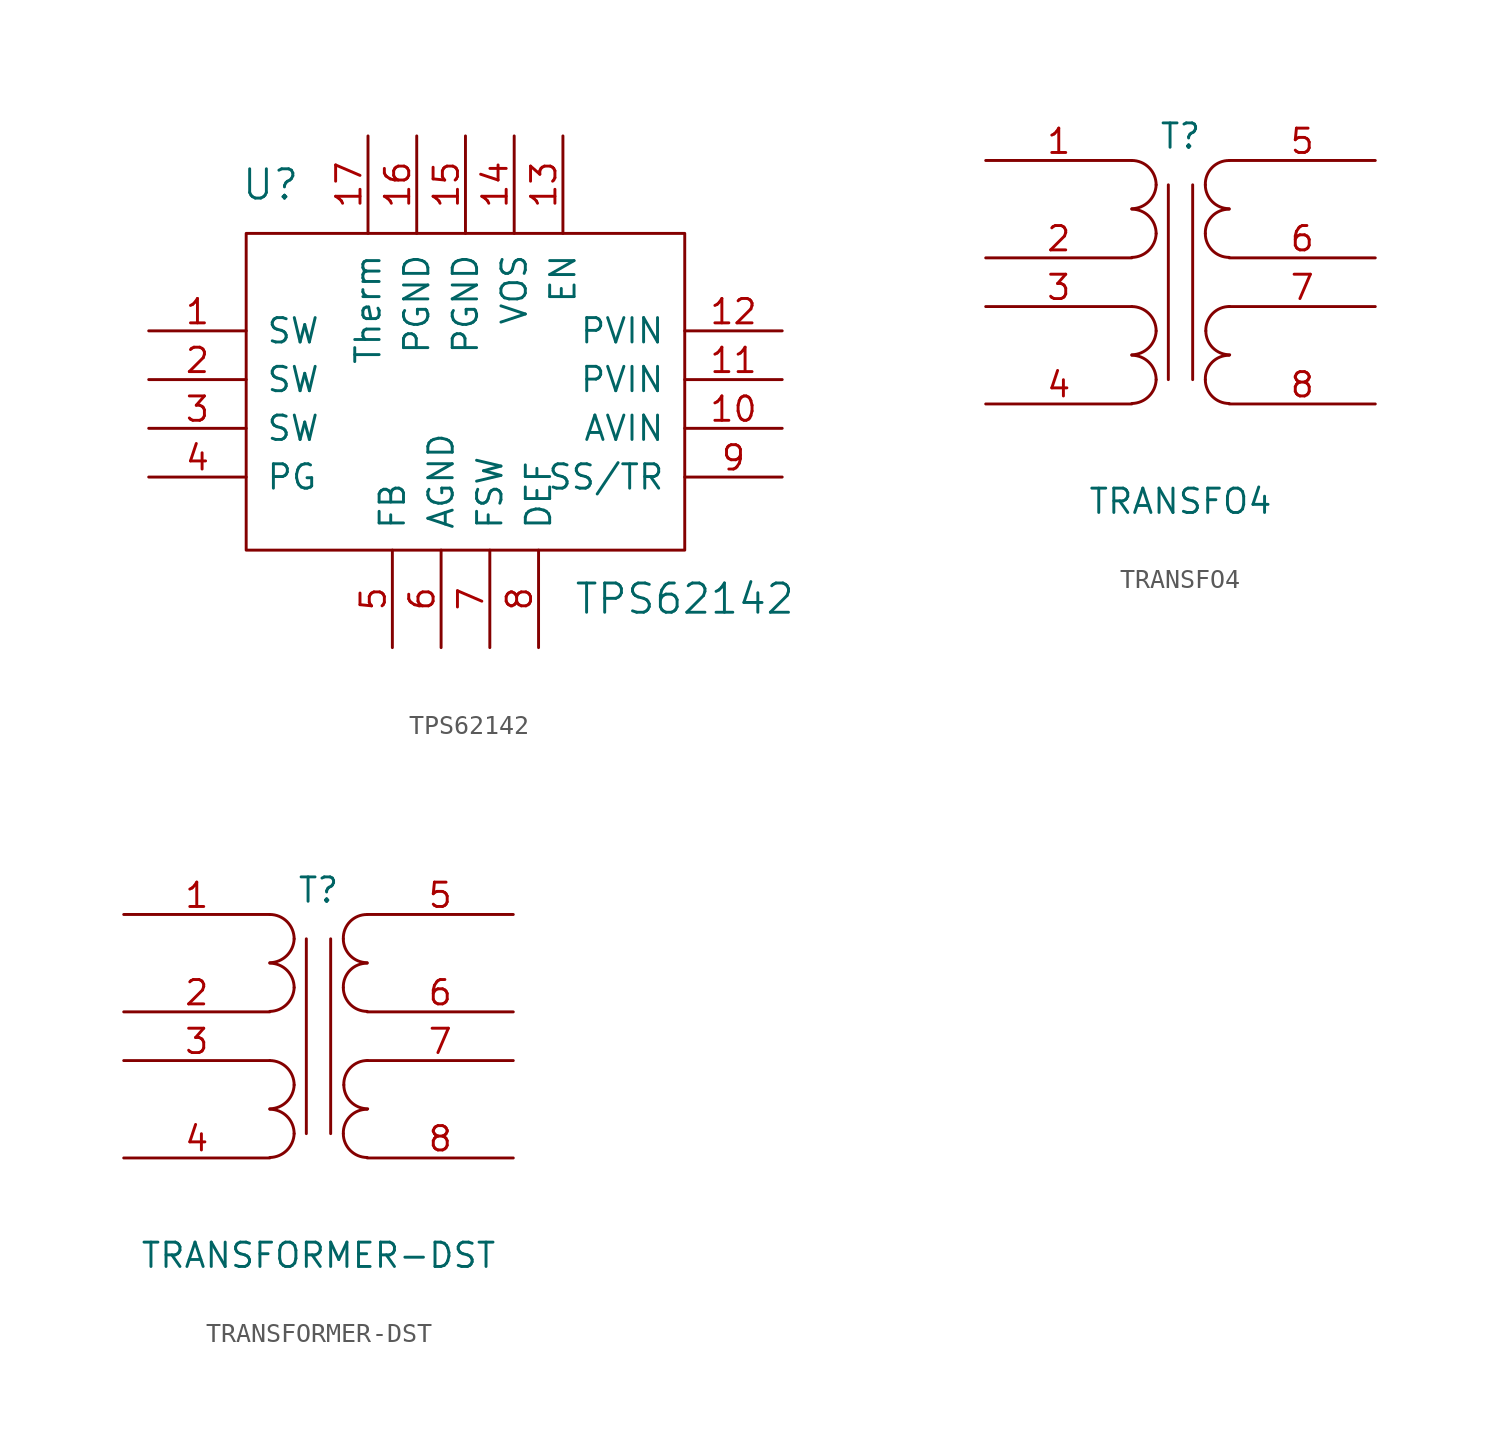
<source format=kicad_sym>
(kicad_symbol_lib
  (version 20211014)
  (generator kicad_symbol_editor)
  (symbol "TPS62142"
    (pin_names
      (offset 1.016))
    (property "Reference" "U"
      (at -10.16 19.05 0)
      (effects (font (size 1.524 1.524))))
    (property "Value" "TPS62142"
      (at 11.43 -2.54 0)
      (effects (font (size 1.524 1.524))))
    (symbol "TPS62142_0_1"
      (rectangle (start -11.43 16.51) (end 11.43 0) (stroke (width 0) (type default) (color 0 0 0 0)) (fill (type none))))
    (symbol "TPS62142_1_1"
      (pin output line (at -16.51 11.43 0) (length 5.08) (name "SW" (effects (font (size 1.27 1.27)))) (number "1" (effects (font (size 1.27 1.27)))))
      (pin output line (at 16.51 6.35 180) (length 5.08) (name "AVIN" (effects (font (size 1.27 1.27)))) (number "10" (effects (font (size 1.27 1.27)))))
      (pin output line (at 16.51 8.89 180) (length 5.08) (name "PVIN" (effects (font (size 1.27 1.27)))) (number "11" (effects (font (size 1.27 1.27)))))
      (pin output line (at 16.51 11.43 180) (length 5.08) (name "PVIN" (effects (font (size 1.27 1.27)))) (number "12" (effects (font (size 1.27 1.27)))))
      (pin output line (at 5.08 21.59 270) (length 5.08) (name "EN" (effects (font (size 1.27 1.27)))) (number "13" (effects (font (size 1.27 1.27)))))
      (pin output line (at 2.54 21.59 270) (length 5.08) (name "VOS" (effects (font (size 1.27 1.27)))) (number "14" (effects (font (size 1.27 1.27)))))
      (pin output line (at 0 21.59 270) (length 5.08) (name "PGND" (effects (font (size 1.27 1.27)))) (number "15" (effects (font (size 1.27 1.27)))))
      (pin output line (at -2.54 21.59 270) (length 5.08) (name "PGND" (effects (font (size 1.27 1.27)))) (number "16" (effects (font (size 1.27 1.27)))))
      (pin output line (at -5.08 21.59 270) (length 5.08) (name "Therm" (effects (font (size 1.27 1.27)))) (number "17" (effects (font (size 1.27 1.27)))))
      (pin output line (at -16.51 8.89 0) (length 5.08) (name "SW" (effects (font (size 1.27 1.27)))) (number "2" (effects (font (size 1.27 1.27)))))
      (pin output line (at -16.51 6.35 0) (length 5.08) (name "SW" (effects (font (size 1.27 1.27)))) (number "3" (effects (font (size 1.27 1.27)))))
      (pin output line (at -16.51 3.81 0) (length 5.08) (name "PG" (effects (font (size 1.27 1.27)))) (number "4" (effects (font (size 1.27 1.27)))))
      (pin output line (at -3.81 -5.08 90) (length 5.08) (name "FB" (effects (font (size 1.27 1.27)))) (number "5" (effects (font (size 1.27 1.27)))))
      (pin output line (at -1.27 -5.08 90) (length 5.08) (name "AGND" (effects (font (size 1.27 1.27)))) (number "6" (effects (font (size 1.27 1.27)))))
      (pin output line (at 1.27 -5.08 90) (length 5.08) (name "FSW" (effects (font (size 1.27 1.27)))) (number "7" (effects (font (size 1.27 1.27)))))
      (pin output line (at 3.81 -5.08 90) (length 5.08) (name "DEF" (effects (font (size 1.27 1.27)))) (number "8" (effects (font (size 1.27 1.27)))))
      (pin output line (at 16.51 3.81 180) (length 5.08) (name "SS/TR" (effects (font (size 1.27 1.27)))) (number "9" (effects (font (size 1.27 1.27)))))))
  (symbol "TRANSFO4"
    (pin_names
      (offset 1.016) hide)
    (property "Reference" "T"
      (at 0 6.35 0)
      (effects (font (size 1.27 1.27))))
    (property "Value" "TRANSFO4"
      (at 0 -12.7 0)
      (effects (font (size 1.27 1.27))))
    (property "Footprint" ""
      (at 0 0 0)
      (effects (font (size 1.27 1.27))))
    (property "Datasheet" ""
      (at 0 0 0)
      (effects (font (size 1.27 1.27))))
    (symbol "TRANSFO4_0_1"
      (arc (start -2.54 -7.5946) (mid -1.6599 -7.2301) (end -1.27 -6.35) (stroke (width 0) (type default) (color 0 0 0 0)) (fill (type none)))
      (arc (start -2.54 -5.0546) (mid -1.6599 -4.6901) (end -1.27 -3.81) (stroke (width 0) (type default) (color 0 0 0 0)) (fill (type none)))
      (arc (start -2.54 0.0254) (mid -1.6599 0.3899) (end -1.27 1.27) (stroke (width 0) (type default) (color 0 0 0 0)) (fill (type none)))
      (arc (start -2.54 2.5654) (mid -1.6599 2.9299) (end -1.27 3.81) (stroke (width 0) (type default) (color 0 0 0 0)) (fill (type none)))
      (arc (start -1.27 -6.35) (mid -1.642 -5.452) (end -2.54 -5.08) (stroke (width 0) (type default) (color 0 0 0 0)) (fill (type none)))
      (arc (start -1.27 -3.81) (mid -1.642 -2.912) (end -2.54 -2.54) (stroke (width 0) (type default) (color 0 0 0 0)) (fill (type none)))
      (arc (start -1.27 1.27) (mid -1.642 2.168) (end -2.54 2.54) (stroke (width 0) (type default) (color 0 0 0 0)) (fill (type none)))
      (arc (start -1.27 3.81) (mid -1.642 4.708) (end -2.54 5.08) (stroke (width 0) (type default) (color 0 0 0 0)) (fill (type none)))
      (polyline (pts (xy -0.635 3.81) (xy -0.635 -6.35)) (stroke (width 0) (type default) (color 0 0 0 0)) (fill (type none)))
      (polyline (pts (xy 0.635 -6.35) (xy 0.635 3.81)) (stroke (width 0) (type default) (color 0 0 0 0)) (fill (type none)))
      (arc (start 1.2954 -6.35) (mid 1.6599 -7.2301) (end 2.54 -7.5946) (stroke (width 0) (type default) (color 0 0 0 0)) (fill (type none)))
      (arc (start 1.2954 1.27) (mid 1.6599 0.3899) (end 2.54 0.0254) (stroke (width 0) (type default) (color 0 0 0 0)) (fill (type none)))
      (arc (start 1.2954 3.81) (mid 1.6599 2.9299) (end 2.54 2.5654) (stroke (width 0) (type default) (color 0 0 0 0)) (fill (type none)))
      (arc (start 1.3208 -3.81) (mid 1.6853 -4.6901) (end 2.5654 -5.0546) (stroke (width 0) (type default) (color 0 0 0 0)) (fill (type none)))
      (arc (start 2.54 -5.08) (mid 1.642 -5.452) (end 1.2954 -6.35) (stroke (width 0) (type default) (color 0 0 0 0)) (fill (type none)))
      (arc (start 2.54 2.54) (mid 1.642 2.168) (end 1.2954 1.27) (stroke (width 0) (type default) (color 0 0 0 0)) (fill (type none)))
      (arc (start 2.54 5.08) (mid 1.642 4.708) (end 1.2954 3.81) (stroke (width 0) (type default) (color 0 0 0 0)) (fill (type none)))
      (arc (start 2.5654 -2.54) (mid 1.6674 -2.912) (end 1.3208 -3.81) (stroke (width 0) (type default) (color 0 0 0 0)) (fill (type none))))
    (symbol "TRANSFO4_1_1"
      (pin passive line (at -10.16 5.08 0) (length 7.62) (name "PR1" (effects (font (size 1.27 1.27)))) (number "1" (effects (font (size 1.27 1.27)))))
      (pin passive line (at -10.16 0 0) (length 7.62) (name "PM" (effects (font (size 1.27 1.27)))) (number "2" (effects (font (size 1.27 1.27)))))
      (pin passive line (at -10.16 -2.54 0) (length 7.62) (name "PR2" (effects (font (size 1.27 1.27)))) (number "3" (effects (font (size 1.27 1.27)))))
      (pin passive line (at -10.16 -7.62 0) (length 7.62) (name "S1" (effects (font (size 1.27 1.27)))) (number "4" (effects (font (size 1.27 1.27)))))
      (pin passive line (at 10.16 5.08 180) (length 7.62) (name "S2" (effects (font (size 1.27 1.27)))) (number "5" (effects (font (size 1.27 1.27)))))
      (pin input line (at 10.16 0 180) (length 7.62) (name "6" (effects (font (size 1.27 1.27)))) (number "6" (effects (font (size 1.27 1.27)))))
      (pin input line (at 10.16 -2.54 180) (length 7.62) (name "7" (effects (font (size 1.27 1.27)))) (number "7" (effects (font (size 1.27 1.27)))))
      (pin input line (at 10.16 -7.62 180) (length 7.62) (name "8" (effects (font (size 1.27 1.27)))) (number "8" (effects (font (size 1.27 1.27)))))))
  (symbol "TRANSFORMER-DST"
    (pin_names
      (offset 1.016) hide)
    (property "Reference" "T"
      (at 0 6.35 0)
      (effects (font (size 1.27 1.27))))
    (property "Value" "TRANSFORMER-DST"
      (at 0 -12.7 0)
      (effects (font (size 1.27 1.27))))
    (property "Footprint" ""
      (at 0 0 0)
      (effects (font (size 1.27 1.27))))
    (property "Datasheet" ""
      (at 0 0 0)
      (effects (font (size 1.27 1.27))))
    (symbol "TRANSFORMER-DST_0_1"
      (arc (start -2.54 -7.5946) (mid -1.6599 -7.2301) (end -1.27 -6.35) (stroke (width 0) (type default) (color 0 0 0 0)) (fill (type none)))
      (arc (start -2.54 -5.0546) (mid -1.6599 -4.6901) (end -1.27 -3.81) (stroke (width 0) (type default) (color 0 0 0 0)) (fill (type none)))
      (arc (start -2.54 0.0254) (mid -1.6599 0.3899) (end -1.27 1.27) (stroke (width 0) (type default) (color 0 0 0 0)) (fill (type none)))
      (arc (start -2.54 2.5654) (mid -1.6599 2.9299) (end -1.27 3.81) (stroke (width 0) (type default) (color 0 0 0 0)) (fill (type none)))
      (arc (start -1.27 -6.35) (mid -1.642 -5.452) (end -2.54 -5.08) (stroke (width 0) (type default) (color 0 0 0 0)) (fill (type none)))
      (arc (start -1.27 -3.81) (mid -1.642 -2.912) (end -2.54 -2.54) (stroke (width 0) (type default) (color 0 0 0 0)) (fill (type none)))
      (arc (start -1.27 1.27) (mid -1.642 2.168) (end -2.54 2.54) (stroke (width 0) (type default) (color 0 0 0 0)) (fill (type none)))
      (arc (start -1.27 3.81) (mid -1.642 4.708) (end -2.54 5.08) (stroke (width 0) (type default) (color 0 0 0 0)) (fill (type none)))
      (polyline (pts (xy -0.635 3.81) (xy -0.635 -6.35)) (stroke (width 0) (type default) (color 0 0 0 0)) (fill (type none)))
      (polyline (pts (xy 0.635 -6.35) (xy 0.635 3.81)) (stroke (width 0) (type default) (color 0 0 0 0)) (fill (type none)))
      (arc (start 1.2954 -6.35) (mid 1.6599 -7.2301) (end 2.54 -7.5946) (stroke (width 0) (type default) (color 0 0 0 0)) (fill (type none)))
      (arc (start 1.2954 1.27) (mid 1.6599 0.3899) (end 2.54 0.0254) (stroke (width 0) (type default) (color 0 0 0 0)) (fill (type none)))
      (arc (start 1.2954 3.81) (mid 1.6599 2.9299) (end 2.54 2.5654) (stroke (width 0) (type default) (color 0 0 0 0)) (fill (type none)))
      (arc (start 1.3208 -3.81) (mid 1.6853 -4.6901) (end 2.5654 -5.0546) (stroke (width 0) (type default) (color 0 0 0 0)) (fill (type none)))
      (arc (start 2.54 -5.08) (mid 1.642 -5.452) (end 1.2954 -6.35) (stroke (width 0) (type default) (color 0 0 0 0)) (fill (type none)))
      (arc (start 2.54 2.54) (mid 1.642 2.168) (end 1.2954 1.27) (stroke (width 0) (type default) (color 0 0 0 0)) (fill (type none)))
      (arc (start 2.54 5.08) (mid 1.642 4.708) (end 1.2954 3.81) (stroke (width 0) (type default) (color 0 0 0 0)) (fill (type none)))
      (arc (start 2.5654 -2.54) (mid 1.6674 -2.912) (end 1.3208 -3.81) (stroke (width 0) (type default) (color 0 0 0 0)) (fill (type none))))
    (symbol "TRANSFORMER-DST_1_1"
      (pin passive line (at -10.16 5.08 0) (length 7.62) (name "PR1" (effects (font (size 1.27 1.27)))) (number "1" (effects (font (size 1.27 1.27)))))
      (pin passive line (at -10.16 0 0) (length 7.62) (name "PM" (effects (font (size 1.27 1.27)))) (number "2" (effects (font (size 1.27 1.27)))))
      (pin passive line (at -10.16 -2.54 0) (length 7.62) (name "PR2" (effects (font (size 1.27 1.27)))) (number "3" (effects (font (size 1.27 1.27)))))
      (pin passive line (at -10.16 -7.62 0) (length 7.62) (name "S1" (effects (font (size 1.27 1.27)))) (number "4" (effects (font (size 1.27 1.27)))))
      (pin passive line (at 10.16 5.08 180) (length 7.62) (name "S2" (effects (font (size 1.27 1.27)))) (number "5" (effects (font (size 1.27 1.27)))))
      (pin input line (at 10.16 0 180) (length 7.62) (name "6" (effects (font (size 1.27 1.27)))) (number "6" (effects (font (size 1.27 1.27)))))
      (pin input line (at 10.16 -2.54 180) (length 7.62) (name "7" (effects (font (size 1.27 1.27)))) (number "7" (effects (font (size 1.27 1.27)))))
      (pin input line (at 10.16 -7.62 180) (length 7.62) (name "8" (effects (font (size 1.27 1.27)))) (number "8" (effects (font (size 1.27 1.27))))))))
</source>
